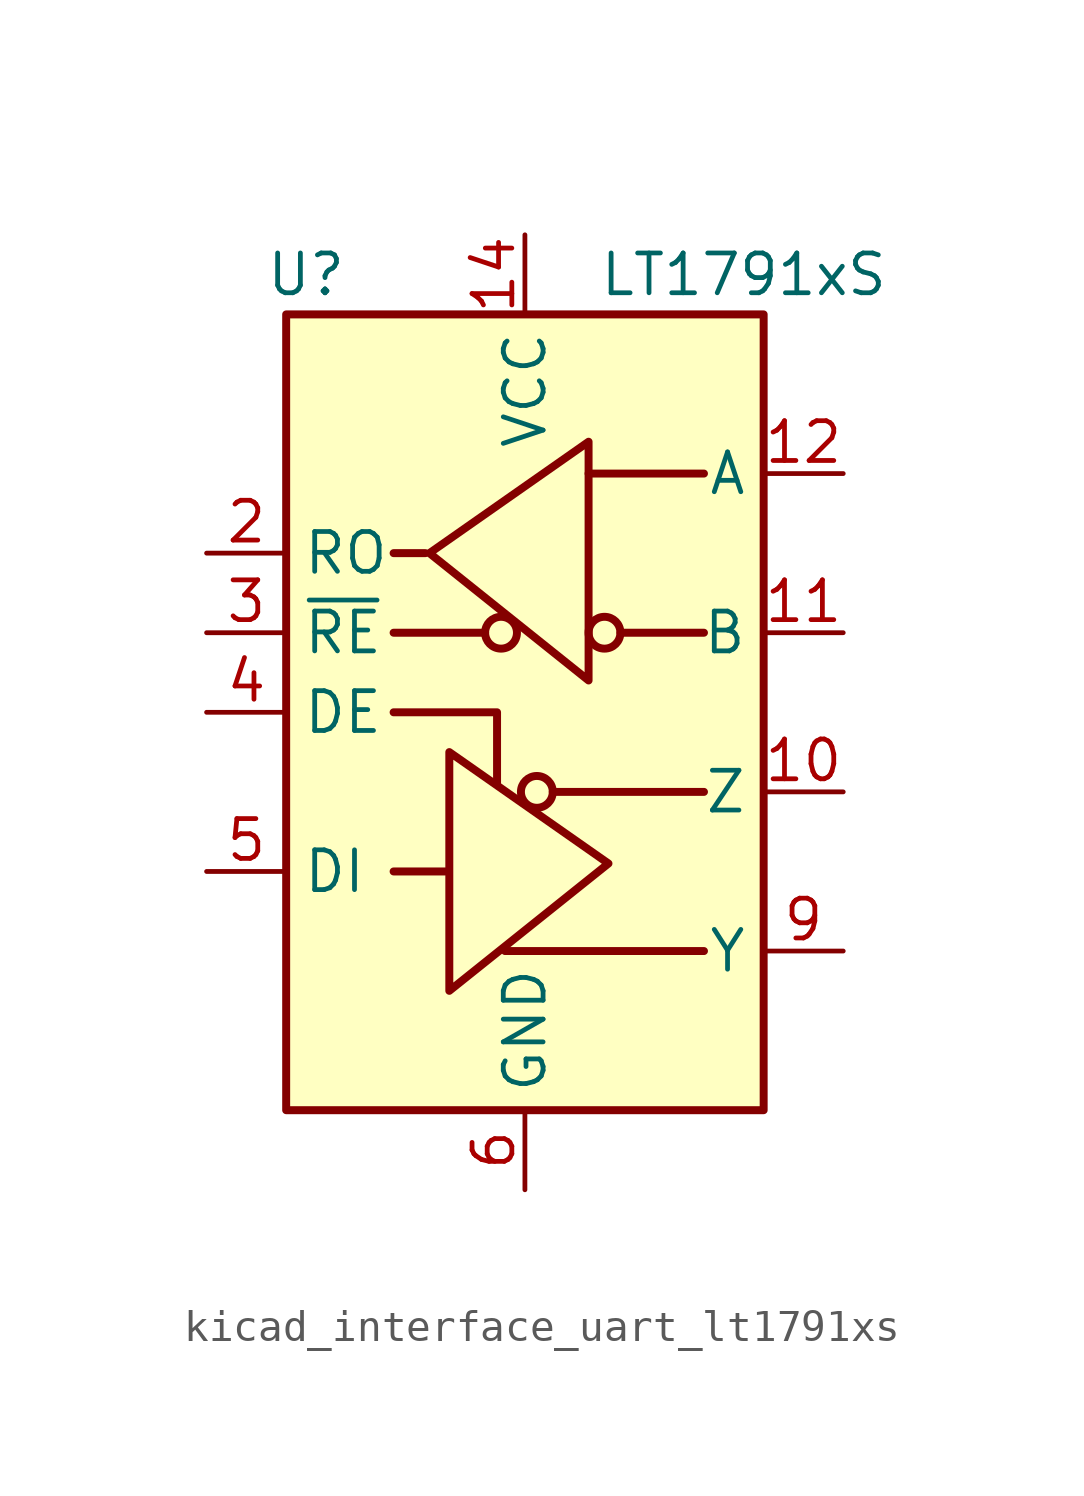
<source format=kicad_sym>
(kicad_symbol_lib
  (version 20220914)
  (generator kicad_symbol_editor)
  (symbol "kicad_interface_uart_lt1791xs"
    (property "Reference" "U"
      (at -6.985 13.97 0)
      (effects (font (size 1.27 1.27))))
    (property "Value" "LT1791xS"
      (at 6.985 13.97 0)
      (effects (font (size 1.27 1.27))))
    (symbol "kicad_interface_uart_lt1791xs_0_1"
      (rectangle (start -7.62 12.7) (end 7.62 -12.7) (stroke (width 0.254) (type default)) (fill (type background))))
    (symbol "kicad_interface_uart_lt1791xs_1_1"
      (circle (center -0.762 2.54) (radius 0.508) (stroke (width 0.254) (type default)) (fill (type none)))
      (polyline (pts (xy -4.191 2.54) (xy -1.27 2.54)) (stroke (width 0.254) (type default)) (fill (type none)))
      (polyline (pts (xy -2.54 -5.08) (xy -4.191 -5.08)) (stroke (width 0.254) (type default)) (fill (type none)))
      (polyline (pts (xy -0.635 -7.62) (xy 5.715 -7.62)) (stroke (width 0.254) (type default)) (fill (type none)))
      (polyline (pts (xy 0.889 -2.54) (xy 5.715 -2.54)) (stroke (width 0.254) (type default)) (fill (type none)))
      (polyline (pts (xy 2.032 7.62) (xy 5.715 7.62)) (stroke (width 0.254) (type default)) (fill (type none)))
      (polyline (pts (xy 3.048 2.54) (xy 5.715 2.54)) (stroke (width 0.254) (type default)) (fill (type none)))
      (polyline (pts (xy -4.191 0) (xy -0.889 0) (xy -0.889 -2.286)) (stroke (width 0.254) (type default)) (fill (type none)))
      (polyline (pts (xy -3.175 5.08) (xy -4.191 5.08) (xy -4.064 5.08)) (stroke (width 0.254) (type default)) (fill (type none)))
      (polyline (pts (xy -2.413 -5.08) (xy -2.413 -1.27) (xy 2.667 -4.826) (xy -2.413 -8.89) (xy -2.413 -5.08)) (stroke (width 0.254) (type default)) (fill (type none)))
      (polyline (pts (xy 2.032 4.826) (xy 2.032 8.636) (xy -3.048 5.08) (xy 2.032 1.016) (xy 2.032 4.826)) (stroke (width 0.254) (type default)) (fill (type none)))
      (circle (center 0.381 -2.54) (radius 0.508) (stroke (width 0.254) (type default)) (fill (type none)))
      (circle (center 2.54 2.54) (radius 0.508) (stroke (width 0.254) (type default)) (fill (type none)))
      (pin no_connect line (at -7.62 -10.16 0) (length 2.54) hide (name "NC" (effects (font (size 1.27 1.27)))) (number "1" (effects (font (size 1.27 1.27)))))
      (pin output line (at 10.16 -2.54 180) (length 2.54) (name "Z" (effects (font (size 1.27 1.27)))) (number "10" (effects (font (size 1.27 1.27)))))
      (pin input line (at 10.16 2.54 180) (length 2.54) (name "B" (effects (font (size 1.27 1.27)))) (number "11" (effects (font (size 1.27 1.27)))))
      (pin input line (at 10.16 7.62 180) (length 2.54) (name "A" (effects (font (size 1.27 1.27)))) (number "12" (effects (font (size 1.27 1.27)))))
      (pin no_connect line (at -7.62 7.62 0) (length 2.54) hide (name "NC" (effects (font (size 1.27 1.27)))) (number "13" (effects (font (size 1.27 1.27)))))
      (pin power_in line (at 0 15.24 270) (length 2.54) (name "VCC" (effects (font (size 1.27 1.27)))) (number "14" (effects (font (size 1.27 1.27)))))
      (pin output line (at -10.16 5.08 0) (length 2.54) (name "RO" (effects (font (size 1.27 1.27)))) (number "2" (effects (font (size 1.27 1.27)))))
      (pin input line (at -10.16 2.54 0) (length 2.54) (name "~{RE}" (effects (font (size 1.27 1.27)))) (number "3" (effects (font (size 1.27 1.27)))))
      (pin input line (at -10.16 0 0) (length 2.54) (name "DE" (effects (font (size 1.27 1.27)))) (number "4" (effects (font (size 1.27 1.27)))))
      (pin input line (at -10.16 -5.08 0) (length 2.54) (name "DI" (effects (font (size 1.27 1.27)))) (number "5" (effects (font (size 1.27 1.27)))))
      (pin power_in line (at 0 -15.24 90) (length 2.54) (name "GND" (effects (font (size 1.27 1.27)))) (number "6" (effects (font (size 1.27 1.27)))))
      (pin passive line (at 0 -15.24 90) (length 2.54) hide (name "GND" (effects (font (size 1.27 1.27)))) (number "7" (effects (font (size 1.27 1.27)))))
      (pin no_connect line (at -7.62 -7.62 0) (length 2.54) hide (name "NC" (effects (font (size 1.27 1.27)))) (number "8" (effects (font (size 1.27 1.27)))))
      (pin output line (at 10.16 -7.62 180) (length 2.54) (name "Y" (effects (font (size 1.27 1.27)))) (number "9" (effects (font (size 1.27 1.27))))))))
</source>
